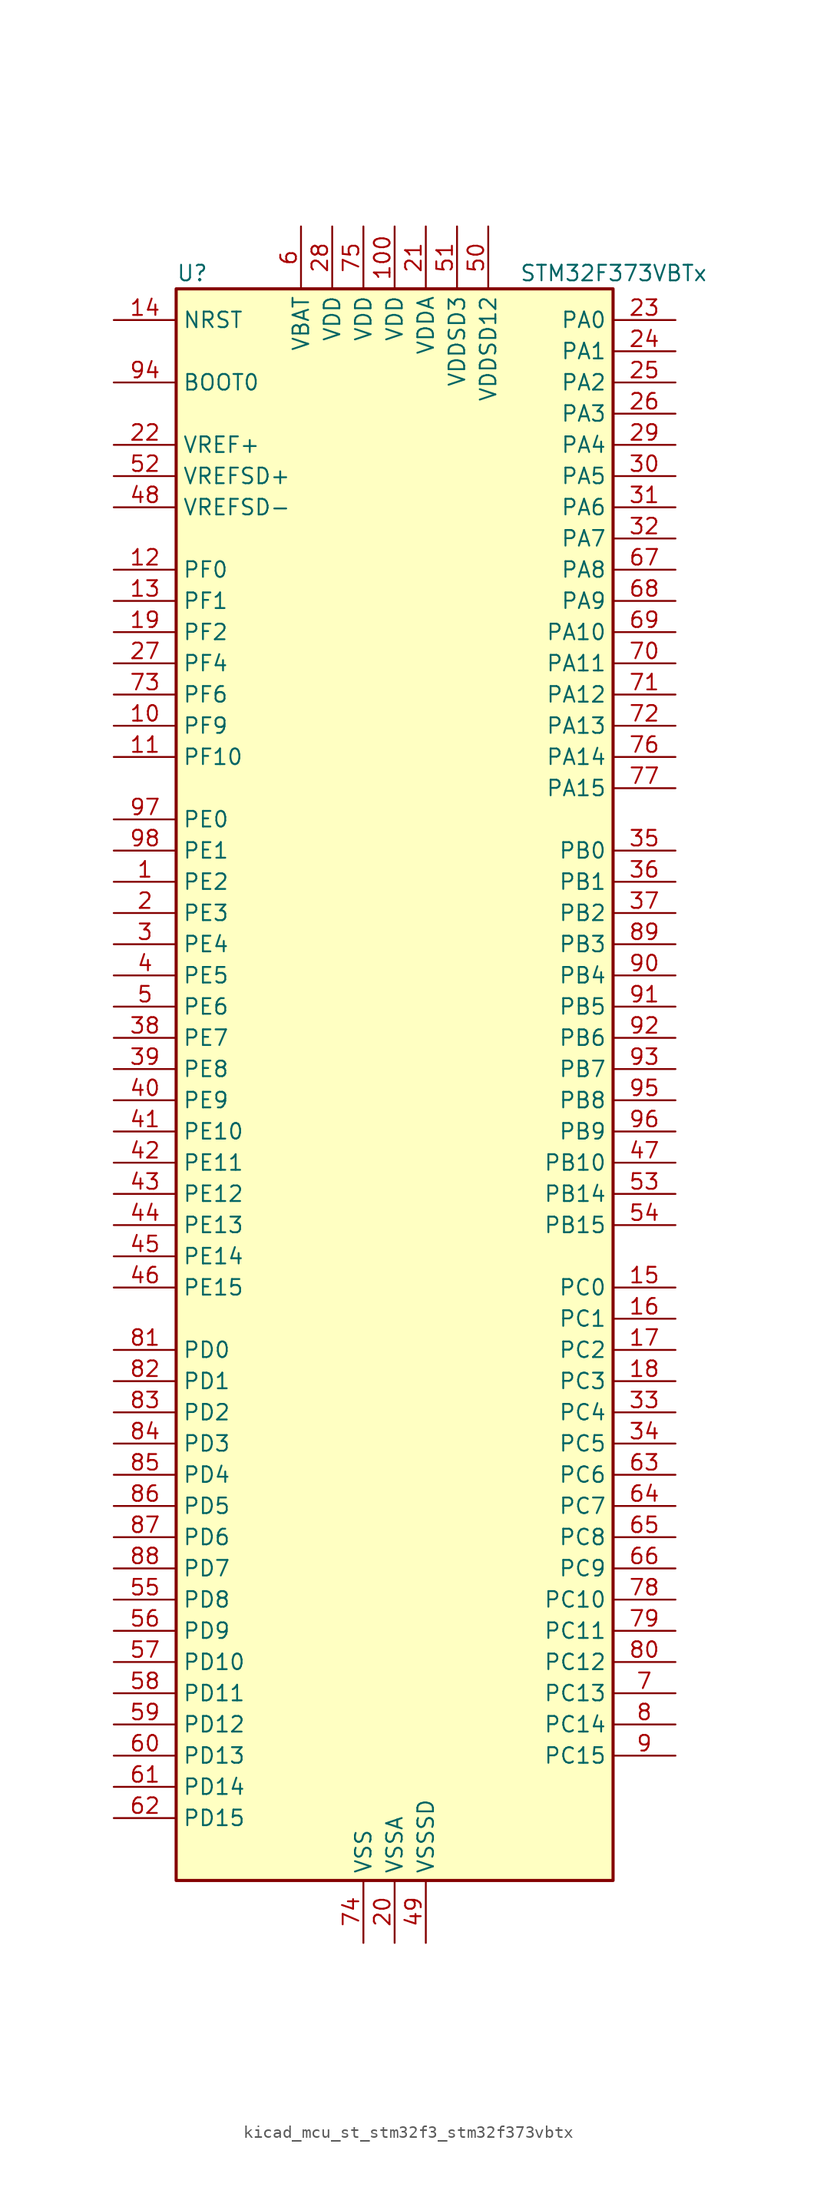
<source format=kicad_sym>
(kicad_symbol_lib
  (version 20220914)
  (generator kicad_symbol_editor)
  (symbol "kicad_mcu_st_stm32f3_stm32f373vbtx"
    (property "Reference" "U"
      (at -17.78 67.31 0)
      (effects (font (size 1.27 1.27)) (justify left)))
    (property "Value" "STM32F373VBTx"
      (at 10.16 67.31 0)
      (effects (font (size 1.27 1.27)) (justify left)))
    (property "ki_locked" ""
      (at 0 0 0)
      (effects (font (size 1.27 1.27))))
    (symbol "kicad_mcu_st_stm32f3_stm32f373vbtx_0_1"
      (rectangle (start -17.78 -63.5) (end 17.78 66.04) (stroke (width 0.254) (type default)) (fill (type background))))
    (symbol "kicad_mcu_st_stm32f3_stm32f373vbtx_1_1"
      (pin bidirectional line (at -22.86 17.78 0) (length 5.08) (name "PE2" (effects (font (size 1.27 1.27)))) (number "1" (effects (font (size 1.27 1.27)))) (alternate "SYS_TRACECK" bidirectional line) (alternate "TSC_G7_IO1" bidirectional line))
      (pin bidirectional line (at -22.86 30.48 0) (length 5.08) (name "PF9" (effects (font (size 1.27 1.27)))) (number "10" (effects (font (size 1.27 1.27)))) (alternate "DAC1_EXTI9" bidirectional line) (alternate "DAC2_EXTI9" bidirectional line) (alternate "TIM14_CH1" bidirectional line))
      (pin power_in line (at 0 71.12 270) (length 5.08) (name "VDD" (effects (font (size 1.27 1.27)))) (number "100" (effects (font (size 1.27 1.27)))))
      (pin bidirectional line (at -22.86 27.94 0) (length 5.08) (name "PF10" (effects (font (size 1.27 1.27)))) (number "11" (effects (font (size 1.27 1.27)))))
      (pin bidirectional line (at -22.86 43.18 0) (length 5.08) (name "PF0" (effects (font (size 1.27 1.27)))) (number "12" (effects (font (size 1.27 1.27)))) (alternate "I2C2_SDA" bidirectional line) (alternate "RCC_OSC_IN" bidirectional line))
      (pin bidirectional line (at -22.86 40.64 0) (length 5.08) (name "PF1" (effects (font (size 1.27 1.27)))) (number "13" (effects (font (size 1.27 1.27)))) (alternate "I2C2_SCL" bidirectional line) (alternate "RCC_OSC_OUT" bidirectional line))
      (pin input line (at -22.86 63.5 0) (length 5.08) (name "NRST" (effects (font (size 1.27 1.27)))) (number "14" (effects (font (size 1.27 1.27)))))
      (pin bidirectional line (at 22.86 -15.24 180) (length 5.08) (name "PC0" (effects (font (size 1.27 1.27)))) (number "15" (effects (font (size 1.27 1.27)))) (alternate "ADC1_IN10" bidirectional line) (alternate "TIM5_CH1" bidirectional line) (alternate "TIM5_ETR" bidirectional line))
      (pin bidirectional line (at 22.86 -17.78 180) (length 5.08) (name "PC1" (effects (font (size 1.27 1.27)))) (number "16" (effects (font (size 1.27 1.27)))) (alternate "ADC1_IN11" bidirectional line) (alternate "TIM5_CH2" bidirectional line))
      (pin bidirectional line (at 22.86 -20.32 180) (length 5.08) (name "PC2" (effects (font (size 1.27 1.27)))) (number "17" (effects (font (size 1.27 1.27)))) (alternate "ADC1_IN12" bidirectional line) (alternate "I2S2_MCK" bidirectional line) (alternate "SPI2_MISO" bidirectional line) (alternate "TIM5_CH3" bidirectional line))
      (pin bidirectional line (at 22.86 -22.86 180) (length 5.08) (name "PC3" (effects (font (size 1.27 1.27)))) (number "18" (effects (font (size 1.27 1.27)))) (alternate "ADC1_IN13" bidirectional line) (alternate "I2S2_SD" bidirectional line) (alternate "SPI2_MOSI" bidirectional line) (alternate "TIM5_CH4" bidirectional line))
      (pin bidirectional line (at -22.86 38.1 0) (length 5.08) (name "PF2" (effects (font (size 1.27 1.27)))) (number "19" (effects (font (size 1.27 1.27)))) (alternate "I2C2_SMBA" bidirectional line))
      (pin bidirectional line (at -22.86 15.24 0) (length 5.08) (name "PE3" (effects (font (size 1.27 1.27)))) (number "2" (effects (font (size 1.27 1.27)))) (alternate "SYS_TRACED0" bidirectional line) (alternate "TSC_G7_IO2" bidirectional line))
      (pin power_in line (at 0 -68.58 90) (length 5.08) (name "VSSA" (effects (font (size 1.27 1.27)))) (number "20" (effects (font (size 1.27 1.27)))))
      (pin power_in line (at 2.54 71.12 270) (length 5.08) (name "VDDA" (effects (font (size 1.27 1.27)))) (number "21" (effects (font (size 1.27 1.27)))))
      (pin input line (at -22.86 53.34 0) (length 5.08) (name "VREF+" (effects (font (size 1.27 1.27)))) (number "22" (effects (font (size 1.27 1.27)))))
      (pin bidirectional line (at 22.86 63.5 180) (length 5.08) (name "PA0" (effects (font (size 1.27 1.27)))) (number "23" (effects (font (size 1.27 1.27)))) (alternate "ADC1_IN0" bidirectional line) (alternate "COMP1_INM" bidirectional line) (alternate "COMP1_OUT" bidirectional line) (alternate "RTC_TAMP2" bidirectional line) (alternate "SYS_WKUP1" bidirectional line) (alternate "TIM19_CH1" bidirectional line) (alternate "TIM2_CH1" bidirectional line) (alternate "TIM2_ETR" bidirectional line) (alternate "TIM5_CH1" bidirectional line) (alternate "TIM5_ETR" bidirectional line) (alternate "TSC_G1_IO1" bidirectional line) (alternate "USART2_CTS" bidirectional line))
      (pin bidirectional line (at 22.86 60.96 180) (length 5.08) (name "PA1" (effects (font (size 1.27 1.27)))) (number "24" (effects (font (size 1.27 1.27)))) (alternate "ADC1_IN1" bidirectional line) (alternate "COMP1_INP" bidirectional line) (alternate "I2S3_CK" bidirectional line) (alternate "RTC_REFIN" bidirectional line) (alternate "SPI3_SCK" bidirectional line) (alternate "TIM15_CH1N" bidirectional line) (alternate "TIM19_CH2" bidirectional line) (alternate "TIM2_CH2" bidirectional line) (alternate "TIM5_CH2" bidirectional line) (alternate "TSC_G1_IO2" bidirectional line) (alternate "USART2_DE" bidirectional line) (alternate "USART2_RTS" bidirectional line))
      (pin bidirectional line (at 22.86 58.42 180) (length 5.08) (name "PA2" (effects (font (size 1.27 1.27)))) (number "25" (effects (font (size 1.27 1.27)))) (alternate "ADC1_IN2" bidirectional line) (alternate "COMP2_INM" bidirectional line) (alternate "COMP2_OUT" bidirectional line) (alternate "I2S3_MCK" bidirectional line) (alternate "SPI3_MISO" bidirectional line) (alternate "TIM15_CH1" bidirectional line) (alternate "TIM19_CH3" bidirectional line) (alternate "TIM2_CH3" bidirectional line) (alternate "TIM5_CH3" bidirectional line) (alternate "TSC_G1_IO3" bidirectional line) (alternate "USART2_TX" bidirectional line))
      (pin bidirectional line (at 22.86 55.88 180) (length 5.08) (name "PA3" (effects (font (size 1.27 1.27)))) (number "26" (effects (font (size 1.27 1.27)))) (alternate "ADC1_IN3" bidirectional line) (alternate "COMP2_INP" bidirectional line) (alternate "I2S3_SD" bidirectional line) (alternate "SPI3_MOSI" bidirectional line) (alternate "TIM15_CH2" bidirectional line) (alternate "TIM19_CH4" bidirectional line) (alternate "TIM2_CH4" bidirectional line) (alternate "TIM5_CH4" bidirectional line) (alternate "TSC_G1_IO4" bidirectional line) (alternate "USART2_RX" bidirectional line))
      (pin bidirectional line (at -22.86 35.56 0) (length 5.08) (name "PF4" (effects (font (size 1.27 1.27)))) (number "27" (effects (font (size 1.27 1.27)))))
      (pin power_in line (at -5.08 71.12 270) (length 5.08) (name "VDD" (effects (font (size 1.27 1.27)))) (number "28" (effects (font (size 1.27 1.27)))))
      (pin bidirectional line (at 22.86 53.34 180) (length 5.08) (name "PA4" (effects (font (size 1.27 1.27)))) (number "29" (effects (font (size 1.27 1.27)))) (alternate "ADC1_IN4" bidirectional line) (alternate "DAC1_OUT1" bidirectional line) (alternate "I2S1_WS" bidirectional line) (alternate "I2S3_WS" bidirectional line) (alternate "SPI1_NSS" bidirectional line) (alternate "SPI3_NSS" bidirectional line) (alternate "TIM12_CH1" bidirectional line) (alternate "TIM3_CH2" bidirectional line) (alternate "TSC_G2_IO1" bidirectional line) (alternate "USART2_CK" bidirectional line))
      (pin bidirectional line (at -22.86 12.7 0) (length 5.08) (name "PE4" (effects (font (size 1.27 1.27)))) (number "3" (effects (font (size 1.27 1.27)))) (alternate "SYS_TRACED1" bidirectional line) (alternate "TSC_G7_IO3" bidirectional line))
      (pin bidirectional line (at 22.86 50.8 180) (length 5.08) (name "PA5" (effects (font (size 1.27 1.27)))) (number "30" (effects (font (size 1.27 1.27)))) (alternate "ADC1_IN5" bidirectional line) (alternate "CEC" bidirectional line) (alternate "DAC1_OUT2" bidirectional line) (alternate "I2S1_CK" bidirectional line) (alternate "SPI1_SCK" bidirectional line) (alternate "TIM12_CH2" bidirectional line) (alternate "TIM14_CH1" bidirectional line) (alternate "TIM2_CH1" bidirectional line) (alternate "TIM2_ETR" bidirectional line) (alternate "TSC_G2_IO2" bidirectional line))
      (pin bidirectional line (at 22.86 48.26 180) (length 5.08) (name "PA6" (effects (font (size 1.27 1.27)))) (number "31" (effects (font (size 1.27 1.27)))) (alternate "ADC1_IN6" bidirectional line) (alternate "COMP1_OUT" bidirectional line) (alternate "DAC2_OUT1" bidirectional line) (alternate "I2S1_MCK" bidirectional line) (alternate "SPI1_MISO" bidirectional line) (alternate "TIM13_CH1" bidirectional line) (alternate "TIM16_CH1" bidirectional line) (alternate "TIM3_CH1" bidirectional line) (alternate "TSC_G2_IO3" bidirectional line))
      (pin bidirectional line (at 22.86 45.72 180) (length 5.08) (name "PA7" (effects (font (size 1.27 1.27)))) (number "32" (effects (font (size 1.27 1.27)))) (alternate "ADC1_IN7" bidirectional line) (alternate "COMP2_OUT" bidirectional line) (alternate "I2S1_SD" bidirectional line) (alternate "SPI1_MOSI" bidirectional line) (alternate "TIM14_CH1" bidirectional line) (alternate "TIM17_CH1" bidirectional line) (alternate "TIM3_CH2" bidirectional line) (alternate "TSC_G2_IO4" bidirectional line))
      (pin bidirectional line (at 22.86 -25.4 180) (length 5.08) (name "PC4" (effects (font (size 1.27 1.27)))) (number "33" (effects (font (size 1.27 1.27)))) (alternate "ADC1_IN14" bidirectional line) (alternate "TIM13_CH1" bidirectional line) (alternate "TSC_G3_IO1" bidirectional line) (alternate "USART1_TX" bidirectional line))
      (pin bidirectional line (at 22.86 -27.94 180) (length 5.08) (name "PC5" (effects (font (size 1.27 1.27)))) (number "34" (effects (font (size 1.27 1.27)))) (alternate "ADC1_IN15" bidirectional line) (alternate "TSC_G3_IO2" bidirectional line) (alternate "USART1_RX" bidirectional line))
      (pin bidirectional line (at 22.86 20.32 180) (length 5.08) (name "PB0" (effects (font (size 1.27 1.27)))) (number "35" (effects (font (size 1.27 1.27)))) (alternate "ADC1_IN8" bidirectional line) (alternate "I2S1_SD" bidirectional line) (alternate "SDADC1_AIN6P" bidirectional line) (alternate "SPI1_MOSI" bidirectional line) (alternate "TIM3_CH2" bidirectional line) (alternate "TIM3_CH3" bidirectional line) (alternate "TSC_G3_IO3" bidirectional line))
      (pin bidirectional line (at 22.86 17.78 180) (length 5.08) (name "PB1" (effects (font (size 1.27 1.27)))) (number "36" (effects (font (size 1.27 1.27)))) (alternate "ADC1_IN9" bidirectional line) (alternate "SDADC1_AIN5P" bidirectional line) (alternate "SDADC1_AIN6M" bidirectional line) (alternate "TIM3_CH4" bidirectional line) (alternate "TSC_G3_IO4" bidirectional line))
      (pin bidirectional line (at 22.86 15.24 180) (length 5.08) (name "PB2" (effects (font (size 1.27 1.27)))) (number "37" (effects (font (size 1.27 1.27)))) (alternate "SDADC1_AIN4P" bidirectional line) (alternate "SDADC2_AIN6P" bidirectional line))
      (pin bidirectional line (at -22.86 5.08 0) (length 5.08) (name "PE7" (effects (font (size 1.27 1.27)))) (number "38" (effects (font (size 1.27 1.27)))) (alternate "SDADC1_AIN3P" bidirectional line) (alternate "SDADC1_AIN4M" bidirectional line) (alternate "SDADC2_AIN5P" bidirectional line) (alternate "SDADC2_AIN6M" bidirectional line))
      (pin bidirectional line (at -22.86 2.54 0) (length 5.08) (name "PE8" (effects (font (size 1.27 1.27)))) (number "39" (effects (font (size 1.27 1.27)))) (alternate "SDADC1_AIN8P" bidirectional line) (alternate "SDADC2_AIN8P" bidirectional line))
      (pin bidirectional line (at -22.86 10.16 0) (length 5.08) (name "PE5" (effects (font (size 1.27 1.27)))) (number "4" (effects (font (size 1.27 1.27)))) (alternate "SYS_TRACED2" bidirectional line) (alternate "TSC_G7_IO4" bidirectional line))
      (pin bidirectional line (at -22.86 0 0) (length 5.08) (name "PE9" (effects (font (size 1.27 1.27)))) (number "40" (effects (font (size 1.27 1.27)))) (alternate "DAC1_EXTI9" bidirectional line) (alternate "DAC2_EXTI9" bidirectional line) (alternate "SDADC1_AIN7P" bidirectional line) (alternate "SDADC1_AIN8M" bidirectional line) (alternate "SDADC2_AIN7P" bidirectional line) (alternate "SDADC2_AIN8M" bidirectional line))
      (pin bidirectional line (at -22.86 -2.54 0) (length 5.08) (name "PE10" (effects (font (size 1.27 1.27)))) (number "41" (effects (font (size 1.27 1.27)))) (alternate "SDADC1_AIN2P" bidirectional line))
      (pin bidirectional line (at -22.86 -5.08 0) (length 5.08) (name "PE11" (effects (font (size 1.27 1.27)))) (number "42" (effects (font (size 1.27 1.27)))) (alternate "ADC1_EXTI11" bidirectional line) (alternate "SDADC1_AIN1P" bidirectional line) (alternate "SDADC1_AIN2M" bidirectional line) (alternate "SDADC1_EXTI11" bidirectional line) (alternate "SDADC2_AIN4P" bidirectional line) (alternate "SDADC2_EXTI11" bidirectional line) (alternate "SDADC3_EXTI11" bidirectional line))
      (pin bidirectional line (at -22.86 -7.62 0) (length 5.08) (name "PE12" (effects (font (size 1.27 1.27)))) (number "43" (effects (font (size 1.27 1.27)))) (alternate "SDADC1_AIN0P" bidirectional line) (alternate "SDADC2_AIN3P" bidirectional line) (alternate "SDADC2_AIN4M" bidirectional line))
      (pin bidirectional line (at -22.86 -10.16 0) (length 5.08) (name "PE13" (effects (font (size 1.27 1.27)))) (number "44" (effects (font (size 1.27 1.27)))) (alternate "SDADC1_AIN0M" bidirectional line) (alternate "SDADC2_AIN2P" bidirectional line))
      (pin bidirectional line (at -22.86 -12.7 0) (length 5.08) (name "PE14" (effects (font (size 1.27 1.27)))) (number "45" (effects (font (size 1.27 1.27)))) (alternate "SDADC2_AIN1P" bidirectional line) (alternate "SDADC2_AIN2M" bidirectional line))
      (pin bidirectional line (at -22.86 -15.24 0) (length 5.08) (name "PE15" (effects (font (size 1.27 1.27)))) (number "46" (effects (font (size 1.27 1.27)))) (alternate "ADC1_EXTI15" bidirectional line) (alternate "SDADC1_EXTI15" bidirectional line) (alternate "SDADC2_AIN0P" bidirectional line) (alternate "SDADC2_EXTI15" bidirectional line) (alternate "SDADC3_EXTI15" bidirectional line) (alternate "USART3_RX" bidirectional line))
      (pin bidirectional line (at 22.86 -5.08 180) (length 5.08) (name "PB10" (effects (font (size 1.27 1.27)))) (number "47" (effects (font (size 1.27 1.27)))) (alternate "CEC" bidirectional line) (alternate "I2S2_CK" bidirectional line) (alternate "SDADC2_AIN0M" bidirectional line) (alternate "SPI2_SCK" bidirectional line) (alternate "TIM2_CH3" bidirectional line) (alternate "TSC_SYNC" bidirectional line) (alternate "USART3_TX" bidirectional line))
      (pin input line (at -22.86 48.26 0) (length 5.08) (name "VREFSD-" (effects (font (size 1.27 1.27)))) (number "48" (effects (font (size 1.27 1.27)))))
      (pin power_in line (at 2.54 -68.58 90) (length 5.08) (name "VSSSD" (effects (font (size 1.27 1.27)))) (number "49" (effects (font (size 1.27 1.27)))))
      (pin bidirectional line (at -22.86 7.62 0) (length 5.08) (name "PE6" (effects (font (size 1.27 1.27)))) (number "5" (effects (font (size 1.27 1.27)))) (alternate "RTC_TAMP3" bidirectional line) (alternate "SYS_TRACED3" bidirectional line) (alternate "SYS_WKUP3" bidirectional line))
      (pin power_in line (at 7.62 71.12 270) (length 5.08) (name "VDDSD12" (effects (font (size 1.27 1.27)))) (number "50" (effects (font (size 1.27 1.27)))))
      (pin power_in line (at 5.08 71.12 270) (length 5.08) (name "VDDSD3" (effects (font (size 1.27 1.27)))) (number "51" (effects (font (size 1.27 1.27)))))
      (pin input line (at -22.86 50.8 0) (length 5.08) (name "VREFSD+" (effects (font (size 1.27 1.27)))) (number "52" (effects (font (size 1.27 1.27)))))
      (pin bidirectional line (at 22.86 -7.62 180) (length 5.08) (name "PB14" (effects (font (size 1.27 1.27)))) (number "53" (effects (font (size 1.27 1.27)))) (alternate "I2S2_MCK" bidirectional line) (alternate "SDADC3_AIN8P" bidirectional line) (alternate "SPI2_MISO" bidirectional line) (alternate "TIM12_CH1" bidirectional line) (alternate "TIM15_CH1" bidirectional line) (alternate "TSC_G6_IO1" bidirectional line) (alternate "USART3_DE" bidirectional line) (alternate "USART3_RTS" bidirectional line))
      (pin bidirectional line (at 22.86 -10.16 180) (length 5.08) (name "PB15" (effects (font (size 1.27 1.27)))) (number "54" (effects (font (size 1.27 1.27)))) (alternate "ADC1_EXTI15" bidirectional line) (alternate "I2S2_SD" bidirectional line) (alternate "RTC_REFIN" bidirectional line) (alternate "SDADC1_EXTI15" bidirectional line) (alternate "SDADC2_EXTI15" bidirectional line) (alternate "SDADC3_AIN7P" bidirectional line) (alternate "SDADC3_AIN8M" bidirectional line) (alternate "SDADC3_EXTI15" bidirectional line) (alternate "SPI2_MOSI" bidirectional line) (alternate "TIM12_CH2" bidirectional line) (alternate "TIM15_CH1N" bidirectional line) (alternate "TIM15_CH2" bidirectional line) (alternate "TSC_G6_IO2" bidirectional line))
      (pin bidirectional line (at -22.86 -40.64 0) (length 5.08) (name "PD8" (effects (font (size 1.27 1.27)))) (number "55" (effects (font (size 1.27 1.27)))) (alternate "I2S2_CK" bidirectional line) (alternate "SDADC3_AIN6P" bidirectional line) (alternate "SPI2_SCK" bidirectional line) (alternate "TSC_G6_IO3" bidirectional line) (alternate "USART3_TX" bidirectional line))
      (pin bidirectional line (at -22.86 -43.18 0) (length 5.08) (name "PD9" (effects (font (size 1.27 1.27)))) (number "56" (effects (font (size 1.27 1.27)))) (alternate "DAC1_EXTI9" bidirectional line) (alternate "DAC2_EXTI9" bidirectional line) (alternate "SDADC3_AIN5P" bidirectional line) (alternate "SDADC3_AIN6M" bidirectional line) (alternate "TSC_G6_IO4" bidirectional line) (alternate "USART3_RX" bidirectional line))
      (pin bidirectional line (at -22.86 -45.72 0) (length 5.08) (name "PD10" (effects (font (size 1.27 1.27)))) (number "57" (effects (font (size 1.27 1.27)))) (alternate "SDADC3_AIN4P" bidirectional line) (alternate "USART3_CK" bidirectional line))
      (pin bidirectional line (at -22.86 -48.26 0) (length 5.08) (name "PD11" (effects (font (size 1.27 1.27)))) (number "58" (effects (font (size 1.27 1.27)))) (alternate "ADC1_EXTI11" bidirectional line) (alternate "SDADC1_EXTI11" bidirectional line) (alternate "SDADC2_EXTI11" bidirectional line) (alternate "SDADC3_AIN3P" bidirectional line) (alternate "SDADC3_AIN4M" bidirectional line) (alternate "SDADC3_EXTI11" bidirectional line) (alternate "USART3_CTS" bidirectional line))
      (pin bidirectional line (at -22.86 -50.8 0) (length 5.08) (name "PD12" (effects (font (size 1.27 1.27)))) (number "59" (effects (font (size 1.27 1.27)))) (alternate "SDADC3_AIN2P" bidirectional line) (alternate "TIM4_CH1" bidirectional line) (alternate "TSC_G8_IO1" bidirectional line) (alternate "USART3_DE" bidirectional line) (alternate "USART3_RTS" bidirectional line))
      (pin power_in line (at -7.62 71.12 270) (length 5.08) (name "VBAT" (effects (font (size 1.27 1.27)))) (number "6" (effects (font (size 1.27 1.27)))))
      (pin bidirectional line (at -22.86 -53.34 0) (length 5.08) (name "PD13" (effects (font (size 1.27 1.27)))) (number "60" (effects (font (size 1.27 1.27)))) (alternate "SDADC3_AIN1P" bidirectional line) (alternate "SDADC3_AIN2M" bidirectional line) (alternate "TIM4_CH2" bidirectional line) (alternate "TSC_G8_IO2" bidirectional line))
      (pin bidirectional line (at -22.86 -55.88 0) (length 5.08) (name "PD14" (effects (font (size 1.27 1.27)))) (number "61" (effects (font (size 1.27 1.27)))) (alternate "SDADC3_AIN0P" bidirectional line) (alternate "TIM4_CH3" bidirectional line) (alternate "TSC_G8_IO3" bidirectional line))
      (pin bidirectional line (at -22.86 -58.42 0) (length 5.08) (name "PD15" (effects (font (size 1.27 1.27)))) (number "62" (effects (font (size 1.27 1.27)))) (alternate "ADC1_EXTI15" bidirectional line) (alternate "SDADC1_EXTI15" bidirectional line) (alternate "SDADC2_EXTI15" bidirectional line) (alternate "SDADC3_AIN0M" bidirectional line) (alternate "SDADC3_EXTI15" bidirectional line) (alternate "TIM4_CH4" bidirectional line) (alternate "TSC_G8_IO4" bidirectional line))
      (pin bidirectional line (at 22.86 -30.48 180) (length 5.08) (name "PC6" (effects (font (size 1.27 1.27)))) (number "63" (effects (font (size 1.27 1.27)))) (alternate "I2S1_WS" bidirectional line) (alternate "SPI1_NSS" bidirectional line) (alternate "TIM3_CH1" bidirectional line))
      (pin bidirectional line (at 22.86 -33.02 180) (length 5.08) (name "PC7" (effects (font (size 1.27 1.27)))) (number "64" (effects (font (size 1.27 1.27)))) (alternate "I2S1_CK" bidirectional line) (alternate "SPI1_SCK" bidirectional line) (alternate "TIM3_CH2" bidirectional line))
      (pin bidirectional line (at 22.86 -35.56 180) (length 5.08) (name "PC8" (effects (font (size 1.27 1.27)))) (number "65" (effects (font (size 1.27 1.27)))) (alternate "I2S1_MCK" bidirectional line) (alternate "SPI1_MISO" bidirectional line) (alternate "TIM3_CH3" bidirectional line))
      (pin bidirectional line (at 22.86 -38.1 180) (length 5.08) (name "PC9" (effects (font (size 1.27 1.27)))) (number "66" (effects (font (size 1.27 1.27)))) (alternate "DAC1_EXTI9" bidirectional line) (alternate "DAC2_EXTI9" bidirectional line) (alternate "I2S1_SD" bidirectional line) (alternate "SPI1_MOSI" bidirectional line) (alternate "TIM3_CH4" bidirectional line))
      (pin bidirectional line (at 22.86 43.18 180) (length 5.08) (name "PA8" (effects (font (size 1.27 1.27)))) (number "67" (effects (font (size 1.27 1.27)))) (alternate "I2C2_SMBA" bidirectional line) (alternate "I2S2_CK" bidirectional line) (alternate "RCC_MCO" bidirectional line) (alternate "SPI2_SCK" bidirectional line) (alternate "TIM4_ETR" bidirectional line) (alternate "TIM5_CH1" bidirectional line) (alternate "TIM5_ETR" bidirectional line) (alternate "USART1_CK" bidirectional line))
      (pin bidirectional line (at 22.86 40.64 180) (length 5.08) (name "PA9" (effects (font (size 1.27 1.27)))) (number "68" (effects (font (size 1.27 1.27)))) (alternate "DAC1_EXTI9" bidirectional line) (alternate "DAC2_EXTI9" bidirectional line) (alternate "I2C2_SCL" bidirectional line) (alternate "I2S2_MCK" bidirectional line) (alternate "SPI2_MISO" bidirectional line) (alternate "TIM13_CH1" bidirectional line) (alternate "TIM15_BKIN" bidirectional line) (alternate "TIM2_CH3" bidirectional line) (alternate "TSC_G4_IO1" bidirectional line) (alternate "USART1_TX" bidirectional line))
      (pin bidirectional line (at 22.86 38.1 180) (length 5.08) (name "PA10" (effects (font (size 1.27 1.27)))) (number "69" (effects (font (size 1.27 1.27)))) (alternate "I2C2_SDA" bidirectional line) (alternate "I2S2_SD" bidirectional line) (alternate "SPI2_MOSI" bidirectional line) (alternate "TIM14_CH1" bidirectional line) (alternate "TIM17_BKIN" bidirectional line) (alternate "TIM2_CH4" bidirectional line) (alternate "TSC_G4_IO2" bidirectional line) (alternate "USART1_RX" bidirectional line))
      (pin bidirectional line (at 22.86 -48.26 180) (length 5.08) (name "PC13" (effects (font (size 1.27 1.27)))) (number "7" (effects (font (size 1.27 1.27)))) (alternate "RTC_OUT_ALARM" bidirectional line) (alternate "RTC_OUT_CALIB" bidirectional line) (alternate "RTC_TAMP1" bidirectional line) (alternate "RTC_TS" bidirectional line) (alternate "SYS_WKUP2" bidirectional line))
      (pin bidirectional line (at 22.86 35.56 180) (length 5.08) (name "PA11" (effects (font (size 1.27 1.27)))) (number "70" (effects (font (size 1.27 1.27)))) (alternate "ADC1_EXTI11" bidirectional line) (alternate "CAN_RX" bidirectional line) (alternate "COMP1_OUT" bidirectional line) (alternate "I2S1_WS" bidirectional line) (alternate "I2S2_WS" bidirectional line) (alternate "SDADC1_EXTI11" bidirectional line) (alternate "SDADC2_EXTI11" bidirectional line) (alternate "SDADC3_EXTI11" bidirectional line) (alternate "SPI1_NSS" bidirectional line) (alternate "SPI2_NSS" bidirectional line) (alternate "TIM4_CH1" bidirectional line) (alternate "TIM5_CH2" bidirectional line) (alternate "USART1_CTS" bidirectional line) (alternate "USB_DM" bidirectional line))
      (pin bidirectional line (at 22.86 33.02 180) (length 5.08) (name "PA12" (effects (font (size 1.27 1.27)))) (number "71" (effects (font (size 1.27 1.27)))) (alternate "CAN_TX" bidirectional line) (alternate "COMP2_OUT" bidirectional line) (alternate "I2S1_CK" bidirectional line) (alternate "SPI1_SCK" bidirectional line) (alternate "TIM16_CH1" bidirectional line) (alternate "TIM4_CH2" bidirectional line) (alternate "TIM5_CH3" bidirectional line) (alternate "USART1_DE" bidirectional line) (alternate "USART1_RTS" bidirectional line) (alternate "USB_DP" bidirectional line))
      (pin bidirectional line (at 22.86 30.48 180) (length 5.08) (name "PA13" (effects (font (size 1.27 1.27)))) (number "72" (effects (font (size 1.27 1.27)))) (alternate "I2S1_MCK" bidirectional line) (alternate "IR_OUT" bidirectional line) (alternate "SPI1_MISO" bidirectional line) (alternate "SYS_JTMS-SWDIO" bidirectional line) (alternate "TIM16_CH1N" bidirectional line) (alternate "TIM4_CH3" bidirectional line) (alternate "TIM5_CH4" bidirectional line) (alternate "TSC_G4_IO3" bidirectional line) (alternate "USART3_CTS" bidirectional line))
      (pin bidirectional line (at -22.86 33.02 0) (length 5.08) (name "PF6" (effects (font (size 1.27 1.27)))) (number "73" (effects (font (size 1.27 1.27)))) (alternate "I2C2_SCL" bidirectional line) (alternate "I2S1_SD" bidirectional line) (alternate "SPI1_MOSI" bidirectional line) (alternate "TIM4_CH4" bidirectional line) (alternate "USART3_DE" bidirectional line) (alternate "USART3_RTS" bidirectional line))
      (pin power_in line (at -2.54 -68.58 90) (length 5.08) (name "VSS" (effects (font (size 1.27 1.27)))) (number "74" (effects (font (size 1.27 1.27)))))
      (pin power_in line (at -2.54 71.12 270) (length 5.08) (name "VDD" (effects (font (size 1.27 1.27)))) (number "75" (effects (font (size 1.27 1.27)))))
      (pin bidirectional line (at 22.86 27.94 180) (length 5.08) (name "PA14" (effects (font (size 1.27 1.27)))) (number "76" (effects (font (size 1.27 1.27)))) (alternate "I2C1_SDA" bidirectional line) (alternate "SYS_JTCK-SWCLK" bidirectional line) (alternate "TIM12_CH1" bidirectional line) (alternate "TSC_G4_IO4" bidirectional line))
      (pin bidirectional line (at 22.86 25.4 180) (length 5.08) (name "PA15" (effects (font (size 1.27 1.27)))) (number "77" (effects (font (size 1.27 1.27)))) (alternate "ADC1_EXTI15" bidirectional line) (alternate "I2C1_SCL" bidirectional line) (alternate "I2S1_WS" bidirectional line) (alternate "I2S3_WS" bidirectional line) (alternate "SDADC1_EXTI15" bidirectional line) (alternate "SDADC2_EXTI15" bidirectional line) (alternate "SDADC3_EXTI15" bidirectional line) (alternate "SPI1_NSS" bidirectional line) (alternate "SPI3_NSS" bidirectional line) (alternate "SYS_JTDI" bidirectional line) (alternate "TIM12_CH2" bidirectional line) (alternate "TIM2_CH1" bidirectional line) (alternate "TIM2_ETR" bidirectional line) (alternate "TSC_SYNC" bidirectional line))
      (pin bidirectional line (at 22.86 -40.64 180) (length 5.08) (name "PC10" (effects (font (size 1.27 1.27)))) (number "78" (effects (font (size 1.27 1.27)))) (alternate "I2S3_CK" bidirectional line) (alternate "SPI3_SCK" bidirectional line) (alternate "TIM19_CH1" bidirectional line) (alternate "USART3_TX" bidirectional line))
      (pin bidirectional line (at 22.86 -43.18 180) (length 5.08) (name "PC11" (effects (font (size 1.27 1.27)))) (number "79" (effects (font (size 1.27 1.27)))) (alternate "ADC1_EXTI11" bidirectional line) (alternate "I2S3_MCK" bidirectional line) (alternate "SDADC1_EXTI11" bidirectional line) (alternate "SDADC2_EXTI11" bidirectional line) (alternate "SDADC3_EXTI11" bidirectional line) (alternate "SPI3_MISO" bidirectional line) (alternate "TIM19_CH2" bidirectional line) (alternate "USART3_RX" bidirectional line))
      (pin bidirectional line (at 22.86 -50.8 180) (length 5.08) (name "PC14" (effects (font (size 1.27 1.27)))) (number "8" (effects (font (size 1.27 1.27)))) (alternate "RCC_OSC32_IN" bidirectional line))
      (pin bidirectional line (at 22.86 -45.72 180) (length 5.08) (name "PC12" (effects (font (size 1.27 1.27)))) (number "80" (effects (font (size 1.27 1.27)))) (alternate "I2S3_SD" bidirectional line) (alternate "SPI3_MOSI" bidirectional line) (alternate "TIM19_CH3" bidirectional line) (alternate "USART3_CK" bidirectional line))
      (pin bidirectional line (at -22.86 -20.32 0) (length 5.08) (name "PD0" (effects (font (size 1.27 1.27)))) (number "81" (effects (font (size 1.27 1.27)))) (alternate "CAN_RX" bidirectional line) (alternate "TIM19_CH4" bidirectional line))
      (pin bidirectional line (at -22.86 -22.86 0) (length 5.08) (name "PD1" (effects (font (size 1.27 1.27)))) (number "82" (effects (font (size 1.27 1.27)))) (alternate "CAN_TX" bidirectional line) (alternate "TIM19_ETR" bidirectional line))
      (pin bidirectional line (at -22.86 -25.4 0) (length 5.08) (name "PD2" (effects (font (size 1.27 1.27)))) (number "83" (effects (font (size 1.27 1.27)))) (alternate "TIM3_ETR" bidirectional line))
      (pin bidirectional line (at -22.86 -27.94 0) (length 5.08) (name "PD3" (effects (font (size 1.27 1.27)))) (number "84" (effects (font (size 1.27 1.27)))) (alternate "I2S2_MCK" bidirectional line) (alternate "SPI2_MISO" bidirectional line) (alternate "USART2_CTS" bidirectional line))
      (pin bidirectional line (at -22.86 -30.48 0) (length 5.08) (name "PD4" (effects (font (size 1.27 1.27)))) (number "85" (effects (font (size 1.27 1.27)))) (alternate "I2S2_SD" bidirectional line) (alternate "SPI2_MOSI" bidirectional line) (alternate "USART2_DE" bidirectional line) (alternate "USART2_RTS" bidirectional line))
      (pin bidirectional line (at -22.86 -33.02 0) (length 5.08) (name "PD5" (effects (font (size 1.27 1.27)))) (number "86" (effects (font (size 1.27 1.27)))) (alternate "USART2_TX" bidirectional line))
      (pin bidirectional line (at -22.86 -35.56 0) (length 5.08) (name "PD6" (effects (font (size 1.27 1.27)))) (number "87" (effects (font (size 1.27 1.27)))) (alternate "I2S2_WS" bidirectional line) (alternate "SPI2_NSS" bidirectional line) (alternate "USART2_RX" bidirectional line))
      (pin bidirectional line (at -22.86 -38.1 0) (length 5.08) (name "PD7" (effects (font (size 1.27 1.27)))) (number "88" (effects (font (size 1.27 1.27)))) (alternate "I2S2_CK" bidirectional line) (alternate "SPI2_SCK" bidirectional line) (alternate "USART2_CK" bidirectional line))
      (pin bidirectional line (at 22.86 12.7 180) (length 5.08) (name "PB3" (effects (font (size 1.27 1.27)))) (number "89" (effects (font (size 1.27 1.27)))) (alternate "I2S1_CK" bidirectional line) (alternate "I2S3_CK" bidirectional line) (alternate "SPI1_SCK" bidirectional line) (alternate "SPI3_SCK" bidirectional line) (alternate "SYS_JTDO-TRACESWO" bidirectional line) (alternate "TIM13_CH1" bidirectional line) (alternate "TIM2_CH2" bidirectional line) (alternate "TIM3_ETR" bidirectional line) (alternate "TIM4_ETR" bidirectional line) (alternate "TSC_G5_IO1" bidirectional line) (alternate "USART2_TX" bidirectional line))
      (pin bidirectional line (at 22.86 -53.34 180) (length 5.08) (name "PC15" (effects (font (size 1.27 1.27)))) (number "9" (effects (font (size 1.27 1.27)))) (alternate "ADC1_EXTI15" bidirectional line) (alternate "RCC_OSC32_OUT" bidirectional line) (alternate "SDADC1_EXTI15" bidirectional line) (alternate "SDADC2_EXTI15" bidirectional line) (alternate "SDADC3_EXTI15" bidirectional line))
      (pin bidirectional line (at 22.86 10.16 180) (length 5.08) (name "PB4" (effects (font (size 1.27 1.27)))) (number "90" (effects (font (size 1.27 1.27)))) (alternate "I2S1_MCK" bidirectional line) (alternate "I2S3_MCK" bidirectional line) (alternate "SPI1_MISO" bidirectional line) (alternate "SPI3_MISO" bidirectional line) (alternate "SYS_NJTRST" bidirectional line) (alternate "TIM15_CH1N" bidirectional line) (alternate "TIM16_CH1" bidirectional line) (alternate "TIM17_BKIN" bidirectional line) (alternate "TIM3_CH1" bidirectional line) (alternate "TSC_G5_IO2" bidirectional line) (alternate "USART2_RX" bidirectional line))
      (pin bidirectional line (at 22.86 7.62 180) (length 5.08) (name "PB5" (effects (font (size 1.27 1.27)))) (number "91" (effects (font (size 1.27 1.27)))) (alternate "I2C1_SMBA" bidirectional line) (alternate "I2S1_SD" bidirectional line) (alternate "I2S3_SD" bidirectional line) (alternate "SPI1_MOSI" bidirectional line) (alternate "SPI3_MOSI" bidirectional line) (alternate "TIM16_BKIN" bidirectional line) (alternate "TIM17_CH1" bidirectional line) (alternate "TIM19_ETR" bidirectional line) (alternate "TIM3_CH2" bidirectional line) (alternate "USART2_CK" bidirectional line))
      (pin bidirectional line (at 22.86 5.08 180) (length 5.08) (name "PB6" (effects (font (size 1.27 1.27)))) (number "92" (effects (font (size 1.27 1.27)))) (alternate "I2C1_SCL" bidirectional line) (alternate "TIM15_CH1" bidirectional line) (alternate "TIM16_CH1N" bidirectional line) (alternate "TIM19_CH1" bidirectional line) (alternate "TIM3_CH3" bidirectional line) (alternate "TIM4_CH1" bidirectional line) (alternate "TSC_G5_IO3" bidirectional line) (alternate "USART1_TX" bidirectional line))
      (pin bidirectional line (at 22.86 2.54 180) (length 5.08) (name "PB7" (effects (font (size 1.27 1.27)))) (number "93" (effects (font (size 1.27 1.27)))) (alternate "I2C1_SDA" bidirectional line) (alternate "TIM15_CH2" bidirectional line) (alternate "TIM17_CH1N" bidirectional line) (alternate "TIM19_CH2" bidirectional line) (alternate "TIM3_CH4" bidirectional line) (alternate "TIM4_CH2" bidirectional line) (alternate "TSC_G5_IO4" bidirectional line) (alternate "USART1_RX" bidirectional line))
      (pin input line (at -22.86 58.42 0) (length 5.08) (name "BOOT0" (effects (font (size 1.27 1.27)))) (number "94" (effects (font (size 1.27 1.27)))))
      (pin bidirectional line (at 22.86 0 180) (length 5.08) (name "PB8" (effects (font (size 1.27 1.27)))) (number "95" (effects (font (size 1.27 1.27)))) (alternate "CAN_RX" bidirectional line) (alternate "CEC" bidirectional line) (alternate "COMP1_OUT" bidirectional line) (alternate "I2C1_SCL" bidirectional line) (alternate "I2S2_CK" bidirectional line) (alternate "SPI2_SCK" bidirectional line) (alternate "TIM16_CH1" bidirectional line) (alternate "TIM19_CH3" bidirectional line) (alternate "TIM4_CH3" bidirectional line) (alternate "TSC_SYNC" bidirectional line) (alternate "USART3_TX" bidirectional line))
      (pin bidirectional line (at 22.86 -2.54 180) (length 5.08) (name "PB9" (effects (font (size 1.27 1.27)))) (number "96" (effects (font (size 1.27 1.27)))) (alternate "CAN_TX" bidirectional line) (alternate "COMP2_OUT" bidirectional line) (alternate "DAC1_EXTI9" bidirectional line) (alternate "DAC2_EXTI9" bidirectional line) (alternate "I2C1_SDA" bidirectional line) (alternate "I2S2_WS" bidirectional line) (alternate "IR_OUT" bidirectional line) (alternate "SPI2_NSS" bidirectional line) (alternate "TIM17_CH1" bidirectional line) (alternate "TIM19_CH4" bidirectional line) (alternate "TIM4_CH4" bidirectional line) (alternate "USART3_RX" bidirectional line))
      (pin bidirectional line (at -22.86 22.86 0) (length 5.08) (name "PE0" (effects (font (size 1.27 1.27)))) (number "97" (effects (font (size 1.27 1.27)))) (alternate "TIM4_ETR" bidirectional line) (alternate "USART1_TX" bidirectional line))
      (pin bidirectional line (at -22.86 20.32 0) (length 5.08) (name "PE1" (effects (font (size 1.27 1.27)))) (number "98" (effects (font (size 1.27 1.27)))) (alternate "USART1_RX" bidirectional line))
      (pin passive line (at -2.54 -68.58 90) (length 5.08) hide (name "VSS" (effects (font (size 1.27 1.27)))) (number "99" (effects (font (size 1.27 1.27))))))))
</source>
